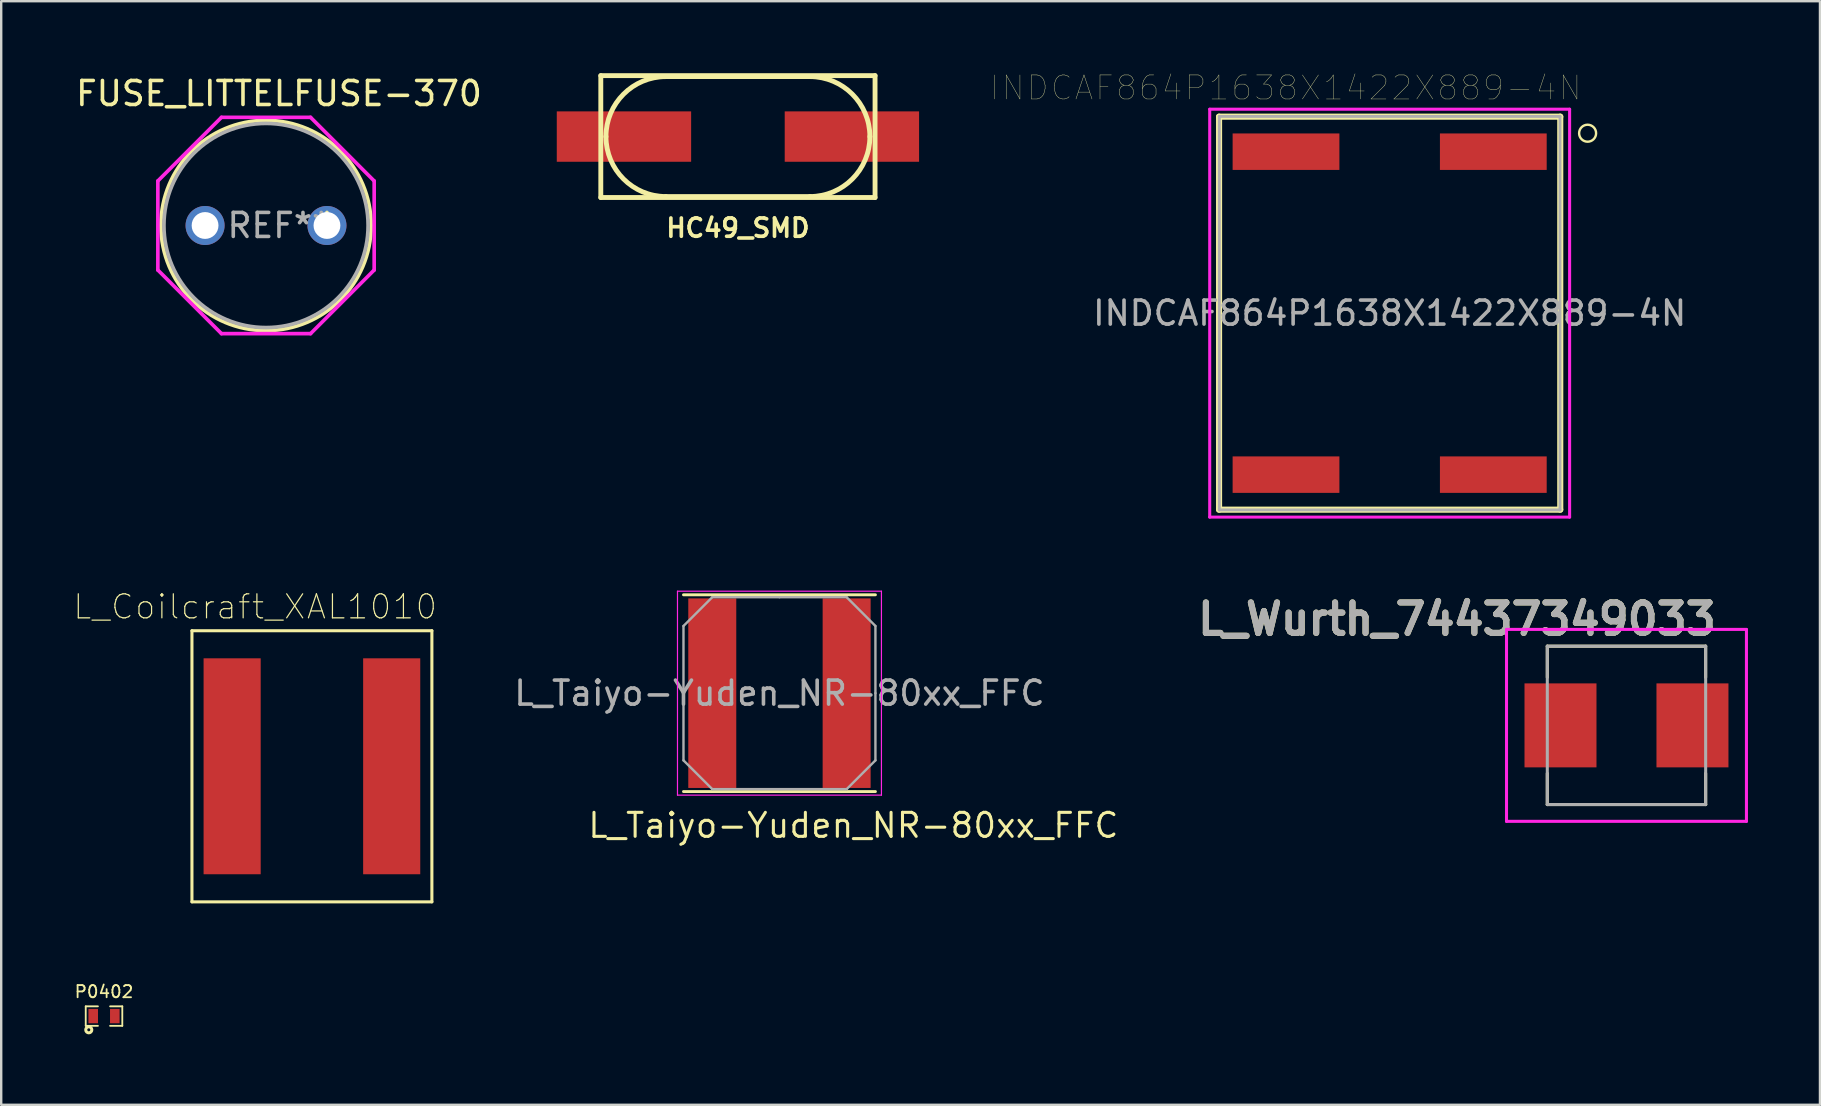
<source format=kicad_pcb>
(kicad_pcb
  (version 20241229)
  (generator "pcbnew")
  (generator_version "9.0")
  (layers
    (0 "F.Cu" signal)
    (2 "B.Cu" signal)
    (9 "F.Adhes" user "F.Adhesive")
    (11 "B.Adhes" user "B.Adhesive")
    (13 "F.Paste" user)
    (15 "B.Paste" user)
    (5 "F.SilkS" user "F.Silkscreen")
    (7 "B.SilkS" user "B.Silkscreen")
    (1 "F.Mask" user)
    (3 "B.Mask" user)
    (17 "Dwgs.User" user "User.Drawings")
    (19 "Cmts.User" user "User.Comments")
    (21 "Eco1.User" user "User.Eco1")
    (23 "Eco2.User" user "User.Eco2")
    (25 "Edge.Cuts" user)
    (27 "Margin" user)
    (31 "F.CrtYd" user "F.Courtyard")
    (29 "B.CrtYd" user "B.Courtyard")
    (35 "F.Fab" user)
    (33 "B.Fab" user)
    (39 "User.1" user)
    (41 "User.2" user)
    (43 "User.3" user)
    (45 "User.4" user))
  (footprint "INDCAF864P1638X1422X889-4N"
    (layer "F.Cu")
    (at 54.868 10.002)
    (property "Reference" "INDCAF864P1638X1422X889-4N" (at -4.327 -9.39 0) (layer "F.SilkS") (effects (font (size 1.001 1.001) (thickness 0.015))))
    (attr through_hole)
    (fp_line (start -7.11 -8.19) (end -7.11 8.19) (stroke (width 0.254) (type solid)) (layer "F.SilkS"))
    (fp_line (start -7.11 8.19) (end 7.11 8.19) (stroke (width 0.254) (type solid)) (layer "F.SilkS"))
    (fp_line (start 7.11 -8.19) (end -7.11 -8.19) (stroke (width 0.254) (type solid)) (layer "F.SilkS"))
    (fp_line (start 7.11 8.19) (end 7.11 -8.19) (stroke (width 0.254) (type solid)) (layer "F.SilkS"))
    (fp_circle (center 8.25 -7.5) (end 8.604 -7.5) (stroke (width 0.1) (type solid)) (fill no) (layer "F.SilkS"))
    (fp_line (start -7.5 -8.5) (end 7.5 -8.5) (stroke (width 0.127) (type solid)) (layer "F.CrtYd"))
    (fp_line (start -7.5 8.5) (end -7.5 -8.5) (stroke (width 0.127) (type solid)) (layer "F.CrtYd"))
    (fp_line (start 7.5 -8.5) (end 7.5 8.5) (stroke (width 0.127) (type solid)) (layer "F.CrtYd"))
    (fp_line (start 7.5 8.5) (end -7.5 8.5) (stroke (width 0.127) (type solid)) (layer "F.CrtYd"))
    (fp_line (start -7.1 -8.2) (end 7.1 -8.2) (stroke (width 0.12) (type solid)) (layer "F.Fab"))
    (fp_line (start -7.1 8.2) (end -7.1 -8.2) (stroke (width 0.12) (type solid)) (layer "F.Fab"))
    (fp_line (start 7.1 -8.2) (end 7.1 8.2) (stroke (width 0.12) (type solid)) (layer "F.Fab"))
    (fp_line (start 7.1 8.2) (end -7.1 8.2) (stroke (width 0.12) (type solid)) (layer "F.Fab"))
    (fp_text user "${REFERENCE}" (at 0 0 0) (layer "F.Fab") (effects (font (size 1 1) (thickness 0.15))))
    (pad "1" smd rect (at 4.32 -6.73) (size 4.45 1.52) (layers "F.Cu" "F.Mask" "F.Paste"))
    (pad "2" smd rect (at -4.32 -6.73) (size 4.45 1.52) (layers "F.Cu" "F.Mask" "F.Paste"))
    (pad "3" smd rect (at -4.32 6.73) (size 4.45 1.52) (layers "F.Cu" "F.Mask" "F.Paste"))
    (pad "4" smd rect (at 4.32 6.73) (size 4.45 1.52) (layers "F.Cu" "F.Mask" "F.Paste")))
  (footprint "FUSE_LITTELFUSE-370"
    (layer "F.Cu")
    (at 10.577 6.348)
    (property "Reference" "FUSE_LITTELFUSE-370" (at -2 -5.5 0) (layer "F.SilkS") (effects (font (size 1 1) (thickness 0.15))))
    (attr through_hole)
    (fp_circle (center -2.54 0) (end 1.841 0) (stroke (width 0.152) (type solid)) (fill no) (layer "F.SilkS"))
    (fp_line (start -7.048 -1.856) (end -4.396 -4.508) (stroke (width 0.152) (type solid)) (layer "F.CrtYd"))
    (fp_line (start -7.048 1.856) (end -7.048 -1.856) (stroke (width 0.152) (type solid)) (layer "F.CrtYd"))
    (fp_line (start -4.396 -4.508) (end -0.684 -4.508) (stroke (width 0.152) (type solid)) (layer "F.CrtYd"))
    (fp_line (start -4.396 4.508) (end -7.048 1.856) (stroke (width 0.152) (type solid)) (layer "F.CrtYd"))
    (fp_line (start -0.684 -4.508) (end 1.968 -1.856) (stroke (width 0.152) (type solid)) (layer "F.CrtYd"))
    (fp_line (start -0.684 4.508) (end -4.396 4.508) (stroke (width 0.152) (type solid)) (layer "F.CrtYd"))
    (fp_line (start 1.968 -1.856) (end 1.968 1.856) (stroke (width 0.152) (type solid)) (layer "F.CrtYd"))
    (fp_line (start 1.968 1.856) (end -0.684 4.508) (stroke (width 0.152) (type solid)) (layer "F.CrtYd"))
    (fp_circle (center -2.54 0) (end 1.714 0) (stroke (width 0.152) (type solid)) (fill no) (layer "F.Fab"))
    (fp_text user "*" (at 0 0 0) (layer "F.SilkS") (effects (font (size 1 1) (thickness 0.15))))
    (fp_text user "REF**" (at -2 0 0) (layer "F.Fab") (effects (font (size 1 1) (thickness 0.15))))
    (pad "1" thru_hole circle (at -5.08 0) (size 1.626 1.626) (drill 1.118) (layers "*.Cu" "*.Mask"))
    (pad "2" thru_hole circle (at 0 0) (size 1.626 1.626) (drill 1.118) (layers "*.Cu" "*.Mask")))
  (footprint "HC49_SMD"
    (layer "F.Cu")
    (at 27.705 2.642)
    (property "Reference" "HC49_SMD" (at 0 3.81 0) (layer "F.SilkS") (effects (font (size 0.762 0.762) (thickness 0.152))))
    (attr smd)
    (fp_line (start -5.715 -2.54) (end 5.715 -2.54) (stroke (width 0.203) (type solid)) (layer "F.SilkS"))
    (fp_line (start -5.715 2.54) (end -5.715 -2.54) (stroke (width 0.203) (type solid)) (layer "F.SilkS"))
    (fp_line (start -3 -2.5) (end 3 -2.5) (stroke (width 0.203) (type solid)) (layer "F.SilkS"))
    (fp_line (start 3 2.5) (end -3 2.5) (stroke (width 0.203) (type solid)) (layer "F.SilkS"))
    (fp_line (start 5.715 -2.54) (end 5.715 2.54) (stroke (width 0.203) (type solid)) (layer "F.SilkS"))
    (fp_line (start 5.715 2.54) (end -5.715 2.54) (stroke (width 0.203) (type solid)) (layer "F.SilkS"))
    (fp_arc (start -5.5 0) (mid -4.767767 -1.767767) (end -3 -2.5) (stroke (width 0.2032) (type solid)) (layer "F.SilkS"))
    (fp_arc (start -3 2.5) (mid -4.767767 1.767767) (end -5.5 0) (stroke (width 0.2032) (type solid)) (layer "F.SilkS"))
    (fp_arc (start 3 -2.5) (mid 4.767767 -1.767767) (end 5.5 0) (stroke (width 0.2032) (type solid)) (layer "F.SilkS"))
    (fp_arc (start 5.5 0) (mid 4.767767 1.767767) (end 3 2.5) (stroke (width 0.2032) (type solid)) (layer "F.SilkS"))
    (pad "1" smd rect (at -4.75 0) (size 5.6 2.1) (layers "F.Cu" "F.Mask" "F.Paste"))
    (pad "2" smd rect (at 4.75 0) (size 5.6 2.1) (layers "F.Cu" "F.Mask" "F.Paste")))
  (footprint "L_Wurth_74437349033"
    (layer "F.Cu")
    (at 64.738 27.182)
    (property "Reference" "L_Wurth_74437349033" (at -7.066 -4.428 0) (layer "F.SilkS") (effects (font (size 1.27 1.27) (thickness 0.254))))
    (attr smd)
    (fp_line (start -3.3 -3.3) (end 3.3 -3.3) (stroke (width 0.127) (type solid)) (layer "F.SilkS"))
    (fp_line (start -3.3 -2) (end -3.3 -3.3) (stroke (width 0.127) (type solid)) (layer "F.SilkS"))
    (fp_line (start -3.3 2) (end -3.3 3.3) (stroke (width 0.127) (type solid)) (layer "F.SilkS"))
    (fp_line (start -3.3 3.3) (end 3.3 3.3) (stroke (width 0.127) (type solid)) (layer "F.SilkS"))
    (fp_line (start 3.3 -3.3) (end 3.3 -2) (stroke (width 0.127) (type solid)) (layer "F.SilkS"))
    (fp_line (start 3.3 3.3) (end 3.3 2) (stroke (width 0.127) (type solid)) (layer "F.SilkS"))
    (fp_line (start -5 -4) (end -5 4) (stroke (width 0.127) (type solid)) (layer "F.CrtYd"))
    (fp_line (start -5 4) (end 5 4) (stroke (width 0.127) (type solid)) (layer "F.CrtYd"))
    (fp_line (start 5 -4) (end -5 -4) (stroke (width 0.127) (type solid)) (layer "F.CrtYd"))
    (fp_line (start 5 4) (end 5 -4) (stroke (width 0.127) (type solid)) (layer "F.CrtYd"))
    (fp_line (start -3.3 -3.3) (end -3.3 3.3) (stroke (width 0.127) (type solid)) (layer "F.Fab"))
    (fp_line (start -3.3 3.3) (end 3.3 3.3) (stroke (width 0.127) (type solid)) (layer "F.Fab"))
    (fp_line (start 3.3 -3.3) (end -3.3 -3.3) (stroke (width 0.127) (type solid)) (layer "F.Fab"))
    (fp_line (start 3.3 3.3) (end 3.3 -3.3) (stroke (width 0.127) (type solid)) (layer "F.Fab"))
    (fp_text user "${REFERENCE}" (at -7.066 -4.428 0) (layer "F.Fab") (effects (font (size 1.27 1.27) (thickness 0.254))))
    (pad "1" smd rect (at -2.75 0) (size 3 3.5) (layers "F.Cu" "F.Mask" "F.Paste"))
    (pad "2" smd rect (at 2.75 0) (size 3 3.5) (layers "F.Cu" "F.Mask" "F.Paste")))
  (footprint "L_Coilcraft_XAL1010"
    (layer "F.Cu")
    (at 9.95 28.887)
    (property "Reference" "L_Coilcraft_XAL1010" (at -2.365 -6.648 0) (layer "F.SilkS") (effects (font (size 1.002 1.002) (thickness 0.05))))
    (attr smd)
    (fp_line (start -5 -5.65) (end -5 5.65) (stroke (width 0.127) (type solid)) (layer "F.SilkS"))
    (fp_line (start -5 5.65) (end 5 5.65) (stroke (width 0.127) (type solid)) (layer "F.SilkS"))
    (fp_line (start 5 -5.65) (end -5 -5.65) (stroke (width 0.127) (type solid)) (layer "F.SilkS"))
    (fp_line (start 5 5.65) (end 5 -5.65) (stroke (width 0.127) (type solid)) (layer "F.SilkS"))
    (fp_line (start -5.25 -5.9) (end -5.25 5.9) (stroke (width 0.127) (type solid)) (layer "Eco1.User"))
    (fp_line (start -5.25 5.9) (end 5.25 5.9) (stroke (width 0.127) (type solid)) (layer "Eco1.User"))
    (fp_line (start 5.25 -5.9) (end -5.25 -5.9) (stroke (width 0.127) (type solid)) (layer "Eco1.User"))
    (fp_line (start 5.25 5.9) (end 5.25 -5.9) (stroke (width 0.127) (type solid)) (layer "Eco1.User"))
    (pad "1" smd rect (at -3.325 0) (size 2.38 9) (layers "F.Cu" "F.Mask" "F.Paste"))
    (pad "2" smd rect (at 3.325 0) (size 2.38 9) (layers "F.Cu" "F.Mask" "F.Paste")))
  (footprint "L_Taiyo-Yuden_NR-80xx_FFC"
    (layer "F.Cu")
    (at 29.436 25.84)
    (property "Reference" "L_Taiyo-Yuden_NR-80xx_FFC" (at 3.08 5.51 0) (layer "F.SilkS") (effects (font (size 1 1) (thickness 0.127))))
    (attr smd)
    (fp_line (start -4 -4.1) (end 4 -4.1) (stroke (width 0.12) (type solid)) (layer "F.SilkS"))
    (fp_line (start -4 4.1) (end 4 4.1) (stroke (width 0.12) (type solid)) (layer "F.SilkS"))
    (fp_line (start -4.25 -4.25) (end -4.25 4.25) (stroke (width 0.05) (type solid)) (layer "F.CrtYd"))
    (fp_line (start -4.25 4.25) (end 4.25 4.25) (stroke (width 0.05) (type solid)) (layer "F.CrtYd"))
    (fp_line (start 4.25 -4.25) (end -4.25 -4.25) (stroke (width 0.05) (type solid)) (layer "F.CrtYd"))
    (fp_line (start 4.25 4.25) (end 4.25 -4.25) (stroke (width 0.05) (type solid)) (layer "F.CrtYd"))
    (fp_line (start -4 -2.8) (end -2.8 -4) (stroke (width 0.1) (type solid)) (layer "F.Fab"))
    (fp_line (start -4 0) (end -4 -2.8) (stroke (width 0.1) (type solid)) (layer "F.Fab"))
    (fp_line (start -4 0) (end -4 2.8) (stroke (width 0.1) (type solid)) (layer "F.Fab"))
    (fp_line (start -4 2.8) (end -2.8 4) (stroke (width 0.1) (type solid)) (layer "F.Fab"))
    (fp_line (start -2.8 -4) (end 0 -4) (stroke (width 0.1) (type solid)) (layer "F.Fab"))
    (fp_line (start -2.8 4) (end 0 4) (stroke (width 0.1) (type solid)) (layer "F.Fab"))
    (fp_line (start 2.8 -4) (end 0 -4) (stroke (width 0.1) (type solid)) (layer "F.Fab"))
    (fp_line (start 2.8 4) (end 0 4) (stroke (width 0.1) (type solid)) (layer "F.Fab"))
    (fp_line (start 4 -2.8) (end 2.8 -4) (stroke (width 0.1) (type solid)) (layer "F.Fab"))
    (fp_line (start 4 0) (end 4 -2.8) (stroke (width 0.1) (type solid)) (layer "F.Fab"))
    (fp_line (start 4 0) (end 4 2.8) (stroke (width 0.1) (type solid)) (layer "F.Fab"))
    (fp_line (start 4 2.8) (end 2.8 4) (stroke (width 0.1) (type solid)) (layer "F.Fab"))
    (fp_text user "${REFERENCE}" (at 0 0 0) (layer "F.Fab") (effects (font (size 1 1) (thickness 0.15))))
    (pad "1" smd rect (at -2.8 0) (size 2 7.9) (layers "F.Cu" "F.Mask" "F.Paste"))
    (pad "2" smd rect (at 2.8 0) (size 2 7.9) (layers "F.Cu" "F.Mask" "F.Paste")))
  (footprint "P0402"
    (layer "F.Cu")
    (at 1.285 39.298)
    (property "Reference" "P0402" (at 0 -1.016 0) (layer "F.SilkS") (effects (font (size 0.508 0.508) (thickness 0.076))))
    (attr smd)
    (fp_line (start -0.762 -0.406) (end -0.762 0.406) (stroke (width 0.076) (type solid)) (layer "F.SilkS"))
    (fp_line (start -0.762 0.406) (end -0.254 0.406) (stroke (width 0.076) (type solid)) (layer "F.SilkS"))
    (fp_line (start -0.254 -0.406) (end -0.762 -0.406) (stroke (width 0.076) (type solid)) (layer "F.SilkS"))
    (fp_line (start 0.254 -0.406) (end 0.762 -0.406) (stroke (width 0.076) (type solid)) (layer "F.SilkS"))
    (fp_line (start 0.762 -0.406) (end 0.762 0.406) (stroke (width 0.076) (type solid)) (layer "F.SilkS"))
    (fp_line (start 0.762 0.406) (end 0.254 0.406) (stroke (width 0.076) (type solid)) (layer "F.SilkS"))
    (fp_circle (center -0.635 0.572) (end -0.635 0.635) (stroke (width 0.127) (type solid)) (fill no) (layer "F.SilkS"))
    (pad "1" smd rect (at -0.45 0) (size 0.399 0.599) (layers "F.Cu" "F.Mask" "F.Paste"))
    (pad "2" smd rect (at 0.45 0) (size 0.399 0.599) (layers "F.Cu" "F.Mask" "F.Paste")))
  (gr_rect
    (start -3 -3)
    (end 72.802 42.996)
    (stroke (width 0.1) (type default))
    (fill no)
    (layer "Edge.Cuts")))
</source>
